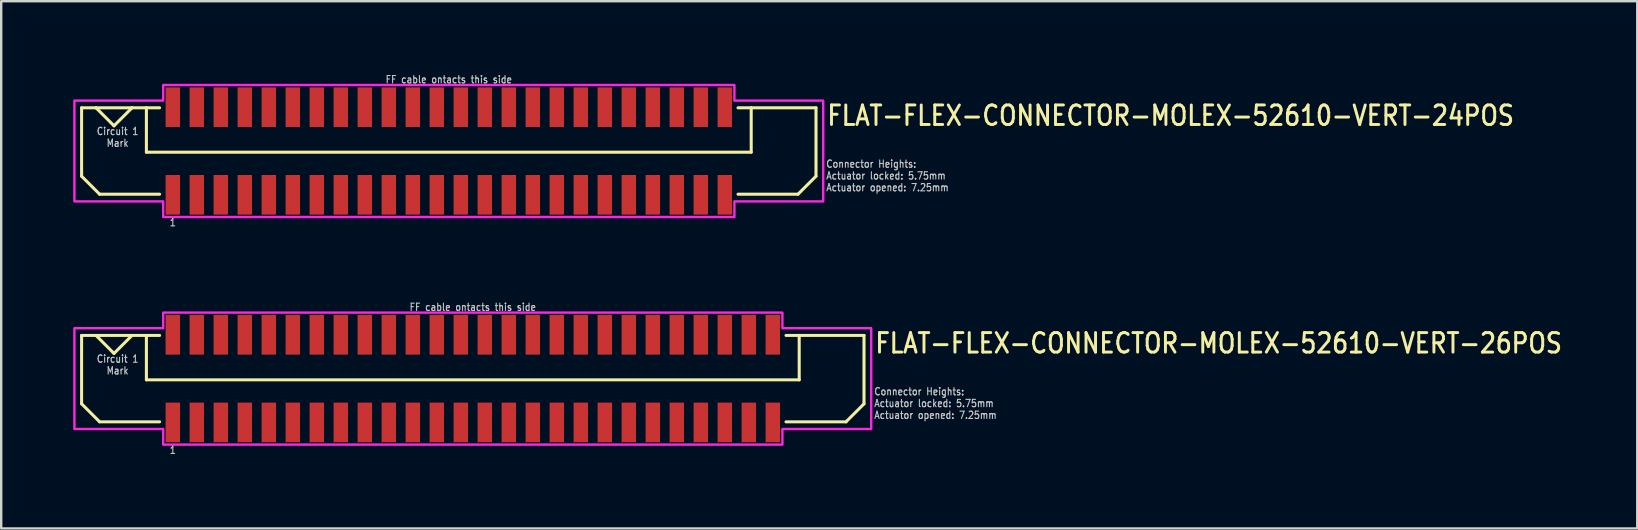
<source format=kicad_pcb>
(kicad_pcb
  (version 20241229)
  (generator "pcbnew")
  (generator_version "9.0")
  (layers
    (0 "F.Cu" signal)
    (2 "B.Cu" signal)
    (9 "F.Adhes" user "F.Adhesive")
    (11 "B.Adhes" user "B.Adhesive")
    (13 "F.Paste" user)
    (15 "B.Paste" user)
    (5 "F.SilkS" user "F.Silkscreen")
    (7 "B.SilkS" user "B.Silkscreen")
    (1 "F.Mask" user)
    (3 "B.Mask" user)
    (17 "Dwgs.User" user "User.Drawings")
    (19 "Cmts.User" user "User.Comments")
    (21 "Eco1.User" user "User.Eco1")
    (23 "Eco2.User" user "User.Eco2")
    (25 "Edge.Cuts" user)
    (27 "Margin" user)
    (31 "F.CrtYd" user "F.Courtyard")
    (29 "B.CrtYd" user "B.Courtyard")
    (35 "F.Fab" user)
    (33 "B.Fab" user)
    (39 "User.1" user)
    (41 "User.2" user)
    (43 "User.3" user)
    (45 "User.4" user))
  (footprint "FLAT-FLEX-CONNECTOR-MOLEX-52610-VERT-24POS"
    (layer "F.Cu")
    (at 15.65 3.242)
    (property "Reference" "FLAT-FLEX-CONNECTOR-MOLEX-52610-VERT-24POS" (at 15.7 -1 0) (unlocked yes) (layer "F.SilkS") (effects (font (size 0.813 0.695) (thickness 0.122)) (justify left bottom)))
    (fp_line (start -15.3 -1.8) (end -15.3 1.05) (stroke (width 0.127) (type solid)) (layer "F.SilkS"))
    (fp_line (start -15.3 1.05) (end -14.55 1.8) (stroke (width 0.127) (type solid)) (layer "F.SilkS"))
    (fp_line (start -14.7 -1.8) (end -15.3 -1.8) (stroke (width 0.127) (type solid)) (layer "F.SilkS"))
    (fp_line (start -14.7 -1.8) (end -13.95 -1.05) (stroke (width 0.127) (type solid)) (layer "F.SilkS"))
    (fp_line (start -14.55 1.8) (end -12.05 1.8) (stroke (width 0.127) (type solid)) (layer "F.SilkS"))
    (fp_line (start -13.95 -1.05) (end -13.2 -1.8) (stroke (width 0.127) (type solid)) (layer "F.SilkS"))
    (fp_line (start -13.2 -1.8) (end -14.7 -1.8) (stroke (width 0.127) (type solid)) (layer "F.SilkS"))
    (fp_line (start -12.6 -1.8) (end -13.2 -1.8) (stroke (width 0.127) (type solid)) (layer "F.SilkS"))
    (fp_line (start -12.6 -1.8) (end -12.6 0.05) (stroke (width 0.127) (type solid)) (layer "F.SilkS"))
    (fp_line (start -12.6 0.05) (end 12.6 0.05) (stroke (width 0.127) (type solid)) (layer "F.SilkS"))
    (fp_line (start -12.05 -1.8) (end -12.6 -1.8) (stroke (width 0.127) (type solid)) (layer "F.SilkS"))
    (fp_line (start 12.05 -1.8) (end 12.6 -1.8) (stroke (width 0.127) (type solid)) (layer "F.SilkS"))
    (fp_line (start 12.6 -1.8) (end 15.3 -1.8) (stroke (width 0.127) (type solid)) (layer "F.SilkS"))
    (fp_line (start 12.6 0.05) (end 12.6 -1.8) (stroke (width 0.127) (type solid)) (layer "F.SilkS"))
    (fp_line (start 14.55 1.8) (end 12.05 1.8) (stroke (width 0.127) (type solid)) (layer "F.SilkS"))
    (fp_line (start 15.3 -1.8) (end 15.3 1.05) (stroke (width 0.127) (type solid)) (layer "F.SilkS"))
    (fp_line (start 15.3 1.05) (end 14.55 1.8) (stroke (width 0.127) (type solid)) (layer "F.SilkS"))
    (fp_poly (pts (xy -15.6 -2.1) (xy -11.9 -2.1) (xy -11.9 -2.75) (xy 11.9 -2.75) (xy 11.9 -2.1) (xy 15.6 -2.1) (xy 15.6 2.1) (xy 11.9 2.1) (xy 11.9 2.75) (xy -11.9 2.75) (xy -11.9 2.1) (xy -15.6 2.1)) (stroke (width 0.1) (type solid)) (fill no) (layer "F.CrtYd"))
    (fp_text user "Connector Heights:\nActuator locked: 5.75mm\nActuator opened: 7.25mm" (at 15.7 1.7 0) (unlocked yes) (layer "Dwgs.User") (effects (font (size 0.305 0.261) (thickness 0.046)) (justify left bottom)))
    (fp_text user "1" (at -11.5 2.8 0) (unlocked yes) (layer "Dwgs.User") (effects (font (size 0.305 0.261) (thickness 0.046)) (justify top)))
    (fp_text user "Circuit 1\nMark" (at -13.8 -1 0) (unlocked yes) (layer "Dwgs.User") (effects (font (size 0.305 0.261) (thickness 0.046)) (justify top)))
    (fp_text user "FF cable ontacts this side" (at 0 -2.8 0) (unlocked yes) (layer "Dwgs.User") (effects (font (size 0.305 0.261) (thickness 0.046)) (justify bottom)))
    (pad "PC1" smd rect (at -11.5 -1.825) (size 0.6 1.65) (layers "F.Cu" "F.Mask" "F.Paste"))
    (pad "PC2" smd rect (at -10.5 -1.825) (size 0.6 1.65) (layers "F.Cu" "F.Mask" "F.Paste"))
    (pad "PC3" smd rect (at -9.5 -1.825) (size 0.6 1.65) (layers "F.Cu" "F.Mask" "F.Paste"))
    (pad "PC4" smd rect (at -8.5 -1.825) (size 0.6 1.65) (layers "F.Cu" "F.Mask" "F.Paste"))
    (pad "PC5" smd rect (at -7.5 -1.825) (size 0.6 1.65) (layers "F.Cu" "F.Mask" "F.Paste"))
    (pad "PC6" smd rect (at -6.5 -1.825) (size 0.6 1.65) (layers "F.Cu" "F.Mask" "F.Paste"))
    (pad "PC7" smd rect (at -5.5 -1.825) (size 0.6 1.65) (layers "F.Cu" "F.Mask" "F.Paste"))
    (pad "PC8" smd rect (at -4.5 -1.825) (size 0.6 1.65) (layers "F.Cu" "F.Mask" "F.Paste"))
    (pad "PC9" smd rect (at -3.5 -1.825) (size 0.6 1.65) (layers "F.Cu" "F.Mask" "F.Paste"))
    (pad "PC10" smd rect (at -2.5 -1.825) (size 0.6 1.65) (layers "F.Cu" "F.Mask" "F.Paste"))
    (pad "PC11" smd rect (at -1.5 -1.825) (size 0.6 1.65) (layers "F.Cu" "F.Mask" "F.Paste"))
    (pad "PC12" smd rect (at -0.5 -1.825) (size 0.6 1.65) (layers "F.Cu" "F.Mask" "F.Paste"))
    (pad "PC13" smd rect (at 0.5 -1.825) (size 0.6 1.65) (layers "F.Cu" "F.Mask" "F.Paste"))
    (pad "PC14" smd rect (at 1.5 -1.825) (size 0.6 1.65) (layers "F.Cu" "F.Mask" "F.Paste"))
    (pad "PC15" smd rect (at 2.5 -1.825) (size 0.6 1.65) (layers "F.Cu" "F.Mask" "F.Paste"))
    (pad "PC16" smd rect (at 3.5 -1.825) (size 0.6 1.65) (layers "F.Cu" "F.Mask" "F.Paste"))
    (pad "PC17" smd rect (at 4.5 -1.825) (size 0.6 1.65) (layers "F.Cu" "F.Mask" "F.Paste"))
    (pad "PC18" smd rect (at 5.5 -1.825) (size 0.6 1.65) (layers "F.Cu" "F.Mask" "F.Paste"))
    (pad "PC19" smd rect (at 6.5 -1.825) (size 0.6 1.65) (layers "F.Cu" "F.Mask" "F.Paste"))
    (pad "PC20" smd rect (at 7.5 -1.825) (size 0.6 1.65) (layers "F.Cu" "F.Mask" "F.Paste"))
    (pad "PC21" smd rect (at 8.5 -1.825) (size 0.6 1.65) (layers "F.Cu" "F.Mask" "F.Paste"))
    (pad "PC22" smd rect (at 9.5 -1.825) (size 0.6 1.65) (layers "F.Cu" "F.Mask" "F.Paste"))
    (pad "PC23" smd rect (at 10.5 -1.825) (size 0.6 1.65) (layers "F.Cu" "F.Mask" "F.Paste"))
    (pad "PC24" smd rect (at 11.5 -1.825) (size 0.6 1.65) (layers "F.Cu" "F.Mask" "F.Paste"))
    (pad "PS1" smd rect (at -11.5 1.825) (size 0.6 1.65) (layers "F.Cu" "F.Mask" "F.Paste"))
    (pad "PS2" smd rect (at -10.5 1.825) (size 0.6 1.65) (layers "F.Cu" "F.Mask" "F.Paste"))
    (pad "PS3" smd rect (at -9.5 1.825) (size 0.6 1.65) (layers "F.Cu" "F.Mask" "F.Paste"))
    (pad "PS4" smd rect (at -8.5 1.825) (size 0.6 1.65) (layers "F.Cu" "F.Mask" "F.Paste"))
    (pad "PS5" smd rect (at -7.5 1.825) (size 0.6 1.65) (layers "F.Cu" "F.Mask" "F.Paste"))
    (pad "PS6" smd rect (at -6.5 1.825) (size 0.6 1.65) (layers "F.Cu" "F.Mask" "F.Paste"))
    (pad "PS7" smd rect (at -5.5 1.825) (size 0.6 1.65) (layers "F.Cu" "F.Mask" "F.Paste"))
    (pad "PS8" smd rect (at -4.5 1.825) (size 0.6 1.65) (layers "F.Cu" "F.Mask" "F.Paste"))
    (pad "PS9" smd rect (at -3.5 1.825) (size 0.6 1.65) (layers "F.Cu" "F.Mask" "F.Paste"))
    (pad "PS10" smd rect (at -2.5 1.825) (size 0.6 1.65) (layers "F.Cu" "F.Mask" "F.Paste"))
    (pad "PS11" smd rect (at -1.5 1.825) (size 0.6 1.65) (layers "F.Cu" "F.Mask" "F.Paste"))
    (pad "PS12" smd rect (at -0.5 1.825) (size 0.6 1.65) (layers "F.Cu" "F.Mask" "F.Paste"))
    (pad "PS13" smd rect (at 0.5 1.825) (size 0.6 1.65) (layers "F.Cu" "F.Mask" "F.Paste"))
    (pad "PS14" smd rect (at 1.5 1.825) (size 0.6 1.65) (layers "F.Cu" "F.Mask" "F.Paste"))
    (pad "PS15" smd rect (at 2.5 1.825) (size 0.6 1.65) (layers "F.Cu" "F.Mask" "F.Paste"))
    (pad "PS16" smd rect (at 3.5 1.825) (size 0.6 1.65) (layers "F.Cu" "F.Mask" "F.Paste"))
    (pad "PS17" smd rect (at 4.5 1.825) (size 0.6 1.65) (layers "F.Cu" "F.Mask" "F.Paste"))
    (pad "PS18" smd rect (at 5.5 1.825) (size 0.6 1.65) (layers "F.Cu" "F.Mask" "F.Paste"))
    (pad "PS19" smd rect (at 6.5 1.825) (size 0.6 1.65) (layers "F.Cu" "F.Mask" "F.Paste"))
    (pad "PS20" smd rect (at 7.5 1.825) (size 0.6 1.65) (layers "F.Cu" "F.Mask" "F.Paste"))
    (pad "PS21" smd rect (at 8.5 1.825) (size 0.6 1.65) (layers "F.Cu" "F.Mask" "F.Paste"))
    (pad "PS22" smd rect (at 9.5 1.825) (size 0.6 1.65) (layers "F.Cu" "F.Mask" "F.Paste"))
    (pad "PS23" smd rect (at 10.5 1.825) (size 0.6 1.65) (layers "F.Cu" "F.Mask" "F.Paste"))
    (pad "PS24" smd rect (at 11.5 1.825) (size 0.6 1.65) (layers "F.Cu" "F.Mask" "F.Paste")))
  (footprint "FLAT-FLEX-CONNECTOR-MOLEX-52610-VERT-26POS"
    (layer "F.Cu")
    (at 16.65 12.726)
    (property "Reference" "FLAT-FLEX-CONNECTOR-MOLEX-52610-VERT-26POS" (at 16.7 -1 0) (unlocked yes) (layer "F.SilkS") (effects (font (size 0.813 0.695) (thickness 0.122)) (justify left bottom)))
    (fp_line (start -16.3 -1.8) (end -16.3 1.05) (stroke (width 0.127) (type solid)) (layer "F.SilkS"))
    (fp_line (start -16.3 1.05) (end -15.55 1.8) (stroke (width 0.127) (type solid)) (layer "F.SilkS"))
    (fp_line (start -15.7 -1.8) (end -16.3 -1.8) (stroke (width 0.127) (type solid)) (layer "F.SilkS"))
    (fp_line (start -15.7 -1.8) (end -14.95 -1.05) (stroke (width 0.127) (type solid)) (layer "F.SilkS"))
    (fp_line (start -15.55 1.8) (end -13.05 1.8) (stroke (width 0.127) (type solid)) (layer "F.SilkS"))
    (fp_line (start -14.95 -1.05) (end -14.2 -1.8) (stroke (width 0.127) (type solid)) (layer "F.SilkS"))
    (fp_line (start -14.2 -1.8) (end -15.7 -1.8) (stroke (width 0.127) (type solid)) (layer "F.SilkS"))
    (fp_line (start -13.6 -1.8) (end -14.2 -1.8) (stroke (width 0.127) (type solid)) (layer "F.SilkS"))
    (fp_line (start -13.6 -1.8) (end -13.6 0.05) (stroke (width 0.127) (type solid)) (layer "F.SilkS"))
    (fp_line (start -13.6 0.05) (end 13.6 0.05) (stroke (width 0.127) (type solid)) (layer "F.SilkS"))
    (fp_line (start -13.05 -1.8) (end -13.6 -1.8) (stroke (width 0.127) (type solid)) (layer "F.SilkS"))
    (fp_line (start 13.05 -1.8) (end 13.6 -1.8) (stroke (width 0.127) (type solid)) (layer "F.SilkS"))
    (fp_line (start 13.6 -1.8) (end 16.3 -1.8) (stroke (width 0.127) (type solid)) (layer "F.SilkS"))
    (fp_line (start 13.6 0.05) (end 13.6 -1.8) (stroke (width 0.127) (type solid)) (layer "F.SilkS"))
    (fp_line (start 15.55 1.8) (end 13.05 1.8) (stroke (width 0.127) (type solid)) (layer "F.SilkS"))
    (fp_line (start 16.3 -1.8) (end 16.3 1.05) (stroke (width 0.127) (type solid)) (layer "F.SilkS"))
    (fp_line (start 16.3 1.05) (end 15.55 1.8) (stroke (width 0.127) (type solid)) (layer "F.SilkS"))
    (fp_poly (pts (xy -16.6 -2.1) (xy -12.9 -2.1) (xy -12.9 -2.75) (xy 12.9 -2.75) (xy 12.9 -2.1) (xy 16.6 -2.1) (xy 16.6 2.1) (xy 12.9 2.1) (xy 12.9 2.75) (xy -12.9 2.75) (xy -12.9 2.1) (xy -16.6 2.1)) (stroke (width 0.1) (type solid)) (fill no) (layer "F.CrtYd"))
    (fp_text user "1" (at -12.5 2.8 0) (unlocked yes) (layer "Dwgs.User") (effects (font (size 0.305 0.261) (thickness 0.046)) (justify top)))
    (fp_text user "FF cable ontacts this side" (at 0 -2.8 0) (unlocked yes) (layer "Dwgs.User") (effects (font (size 0.305 0.261) (thickness 0.046)) (justify bottom)))
    (fp_text user "Circuit 1\nMark" (at -14.8 -1 0) (unlocked yes) (layer "Dwgs.User") (effects (font (size 0.305 0.261) (thickness 0.046)) (justify top)))
    (fp_text user "Connector Heights:\nActuator locked: 5.75mm\nActuator opened: 7.25mm" (at 16.7 1.7 0) (unlocked yes) (layer "Dwgs.User") (effects (font (size 0.305 0.261) (thickness 0.046)) (justify left bottom)))
    (pad "PC1" smd rect (at -12.5 -1.825) (size 0.6 1.65) (layers "F.Cu" "F.Mask" "F.Paste"))
    (pad "PC2" smd rect (at -11.5 -1.825) (size 0.6 1.65) (layers "F.Cu" "F.Mask" "F.Paste"))
    (pad "PC3" smd rect (at -10.5 -1.825) (size 0.6 1.65) (layers "F.Cu" "F.Mask" "F.Paste"))
    (pad "PC4" smd rect (at -9.5 -1.825) (size 0.6 1.65) (layers "F.Cu" "F.Mask" "F.Paste"))
    (pad "PC5" smd rect (at -8.5 -1.825) (size 0.6 1.65) (layers "F.Cu" "F.Mask" "F.Paste"))
    (pad "PC6" smd rect (at -7.5 -1.825) (size 0.6 1.65) (layers "F.Cu" "F.Mask" "F.Paste"))
    (pad "PC7" smd rect (at -6.5 -1.825) (size 0.6 1.65) (layers "F.Cu" "F.Mask" "F.Paste"))
    (pad "PC8" smd rect (at -5.5 -1.825) (size 0.6 1.65) (layers "F.Cu" "F.Mask" "F.Paste"))
    (pad "PC9" smd rect (at -4.5 -1.825) (size 0.6 1.65) (layers "F.Cu" "F.Mask" "F.Paste"))
    (pad "PC10" smd rect (at -3.5 -1.825) (size 0.6 1.65) (layers "F.Cu" "F.Mask" "F.Paste"))
    (pad "PC11" smd rect (at -2.5 -1.825) (size 0.6 1.65) (layers "F.Cu" "F.Mask" "F.Paste"))
    (pad "PC12" smd rect (at -1.5 -1.825) (size 0.6 1.65) (layers "F.Cu" "F.Mask" "F.Paste"))
    (pad "PC13" smd rect (at -0.5 -1.825) (size 0.6 1.65) (layers "F.Cu" "F.Mask" "F.Paste"))
    (pad "PC14" smd rect (at 0.5 -1.825) (size 0.6 1.65) (layers "F.Cu" "F.Mask" "F.Paste"))
    (pad "PC15" smd rect (at 1.5 -1.825) (size 0.6 1.65) (layers "F.Cu" "F.Mask" "F.Paste"))
    (pad "PC16" smd rect (at 2.5 -1.825) (size 0.6 1.65) (layers "F.Cu" "F.Mask" "F.Paste"))
    (pad "PC17" smd rect (at 3.5 -1.825) (size 0.6 1.65) (layers "F.Cu" "F.Mask" "F.Paste"))
    (pad "PC18" smd rect (at 4.5 -1.825) (size 0.6 1.65) (layers "F.Cu" "F.Mask" "F.Paste"))
    (pad "PC19" smd rect (at 5.5 -1.825) (size 0.6 1.65) (layers "F.Cu" "F.Mask" "F.Paste"))
    (pad "PC20" smd rect (at 6.5 -1.825) (size 0.6 1.65) (layers "F.Cu" "F.Mask" "F.Paste"))
    (pad "PC21" smd rect (at 7.5 -1.825) (size 0.6 1.65) (layers "F.Cu" "F.Mask" "F.Paste"))
    (pad "PC22" smd rect (at 8.5 -1.825) (size 0.6 1.65) (layers "F.Cu" "F.Mask" "F.Paste"))
    (pad "PC23" smd rect (at 9.5 -1.825) (size 0.6 1.65) (layers "F.Cu" "F.Mask" "F.Paste"))
    (pad "PC24" smd rect (at 10.5 -1.825) (size 0.6 1.65) (layers "F.Cu" "F.Mask" "F.Paste"))
    (pad "PC25" smd rect (at 11.5 -1.825) (size 0.6 1.65) (layers "F.Cu" "F.Mask" "F.Paste"))
    (pad "PC26" smd rect (at 12.5 -1.825) (size 0.6 1.65) (layers "F.Cu" "F.Mask" "F.Paste"))
    (pad "PS1" smd rect (at -12.5 1.825) (size 0.6 1.65) (layers "F.Cu" "F.Mask" "F.Paste"))
    (pad "PS2" smd rect (at -11.5 1.825) (size 0.6 1.65) (layers "F.Cu" "F.Mask" "F.Paste"))
    (pad "PS3" smd rect (at -10.5 1.825) (size 0.6 1.65) (layers "F.Cu" "F.Mask" "F.Paste"))
    (pad "PS4" smd rect (at -9.5 1.825) (size 0.6 1.65) (layers "F.Cu" "F.Mask" "F.Paste"))
    (pad "PS5" smd rect (at -8.5 1.825) (size 0.6 1.65) (layers "F.Cu" "F.Mask" "F.Paste"))
    (pad "PS6" smd rect (at -7.5 1.825) (size 0.6 1.65) (layers "F.Cu" "F.Mask" "F.Paste"))
    (pad "PS7" smd rect (at -6.5 1.825) (size 0.6 1.65) (layers "F.Cu" "F.Mask" "F.Paste"))
    (pad "PS8" smd rect (at -5.5 1.825) (size 0.6 1.65) (layers "F.Cu" "F.Mask" "F.Paste"))
    (pad "PS9" smd rect (at -4.5 1.825) (size 0.6 1.65) (layers "F.Cu" "F.Mask" "F.Paste"))
    (pad "PS10" smd rect (at -3.5 1.825) (size 0.6 1.65) (layers "F.Cu" "F.Mask" "F.Paste"))
    (pad "PS11" smd rect (at -2.5 1.825) (size 0.6 1.65) (layers "F.Cu" "F.Mask" "F.Paste"))
    (pad "PS12" smd rect (at -1.5 1.825) (size 0.6 1.65) (layers "F.Cu" "F.Mask" "F.Paste"))
    (pad "PS13" smd rect (at -0.5 1.825) (size 0.6 1.65) (layers "F.Cu" "F.Mask" "F.Paste"))
    (pad "PS14" smd rect (at 0.5 1.825) (size 0.6 1.65) (layers "F.Cu" "F.Mask" "F.Paste"))
    (pad "PS15" smd rect (at 1.5 1.825) (size 0.6 1.65) (layers "F.Cu" "F.Mask" "F.Paste"))
    (pad "PS16" smd rect (at 2.5 1.825) (size 0.6 1.65) (layers "F.Cu" "F.Mask" "F.Paste"))
    (pad "PS17" smd rect (at 3.5 1.825) (size 0.6 1.65) (layers "F.Cu" "F.Mask" "F.Paste"))
    (pad "PS18" smd rect (at 4.5 1.825) (size 0.6 1.65) (layers "F.Cu" "F.Mask" "F.Paste"))
    (pad "PS19" smd rect (at 5.5 1.825) (size 0.6 1.65) (layers "F.Cu" "F.Mask" "F.Paste"))
    (pad "PS20" smd rect (at 6.5 1.825) (size 0.6 1.65) (layers "F.Cu" "F.Mask" "F.Paste"))
    (pad "PS21" smd rect (at 7.5 1.825) (size 0.6 1.65) (layers "F.Cu" "F.Mask" "F.Paste"))
    (pad "PS22" smd rect (at 8.5 1.825) (size 0.6 1.65) (layers "F.Cu" "F.Mask" "F.Paste"))
    (pad "PS23" smd rect (at 9.5 1.825) (size 0.6 1.65) (layers "F.Cu" "F.Mask" "F.Paste"))
    (pad "PS24" smd rect (at 10.5 1.825) (size 0.6 1.65) (layers "F.Cu" "F.Mask" "F.Paste"))
    (pad "PS25" smd rect (at 11.5 1.825) (size 0.6 1.65) (layers "F.Cu" "F.Mask" "F.Paste"))
    (pad "PS26" smd rect (at 12.5 1.825) (size 0.6 1.65) (layers "F.Cu" "F.Mask" "F.Paste")))
  (gr_rect
    (start -3 -3)
    (end 65.169 18.968)
    (stroke (width 0.1) (type default))
    (fill no)
    (layer "Edge.Cuts")))
</source>
